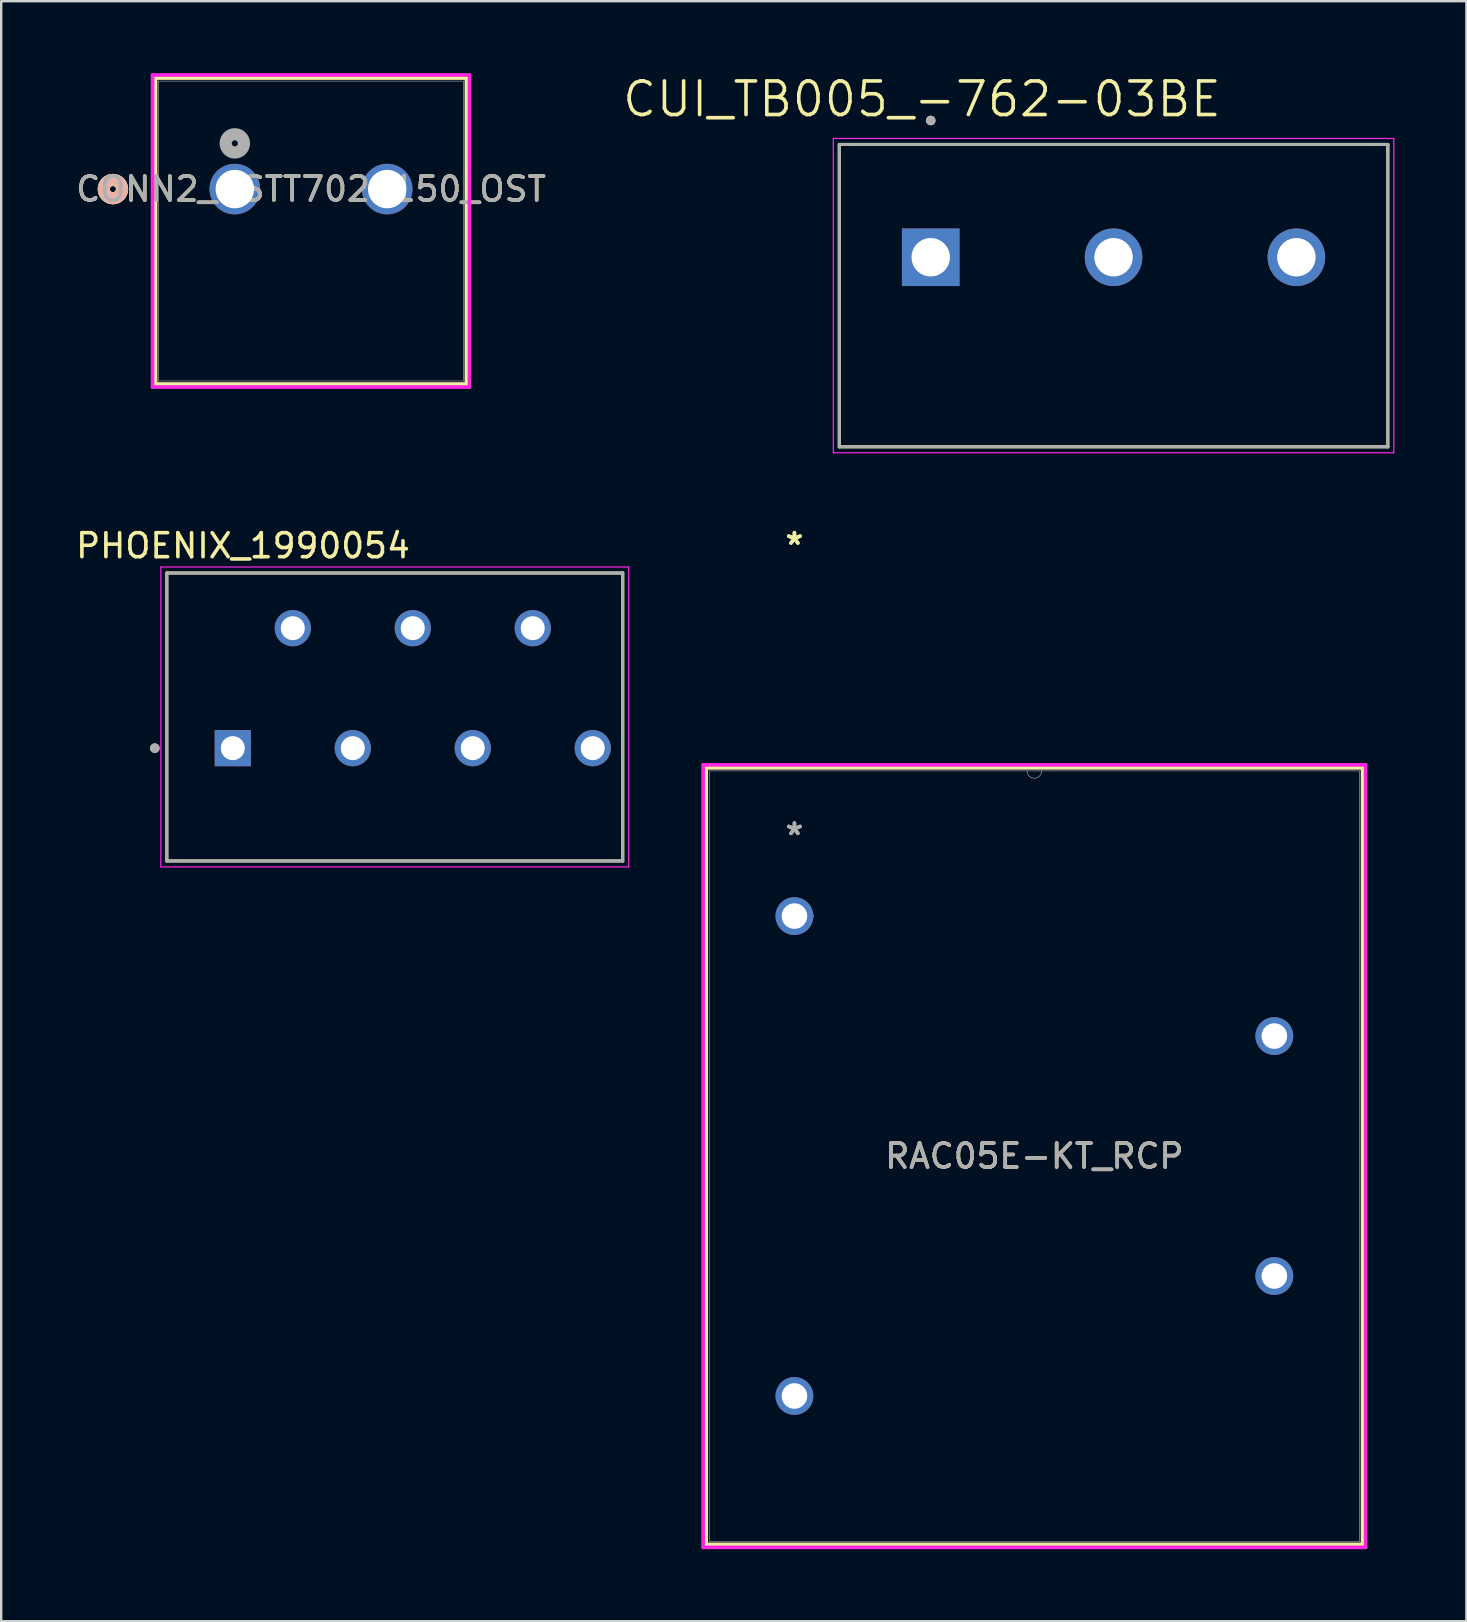
<source format=kicad_pcb>
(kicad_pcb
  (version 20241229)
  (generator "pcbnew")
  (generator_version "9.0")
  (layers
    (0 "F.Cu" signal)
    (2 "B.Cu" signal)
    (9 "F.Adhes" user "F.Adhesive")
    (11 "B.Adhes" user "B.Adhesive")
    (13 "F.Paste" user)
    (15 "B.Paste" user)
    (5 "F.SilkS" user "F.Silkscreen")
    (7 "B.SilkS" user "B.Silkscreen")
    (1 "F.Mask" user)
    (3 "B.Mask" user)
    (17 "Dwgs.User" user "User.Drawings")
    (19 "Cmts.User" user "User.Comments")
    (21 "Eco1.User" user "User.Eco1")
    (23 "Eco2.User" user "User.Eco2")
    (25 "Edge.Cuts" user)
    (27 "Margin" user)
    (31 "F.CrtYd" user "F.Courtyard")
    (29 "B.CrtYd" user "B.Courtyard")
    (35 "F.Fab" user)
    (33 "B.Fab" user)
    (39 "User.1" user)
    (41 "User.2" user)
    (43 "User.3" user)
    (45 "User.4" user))
  (footprint "PHOENIX_1990054"
    (layer "F.Cu")
    (at 3.902 32.83)
    (property "Reference" "PHOENIX_1990054" (at 3.175 -13.135 0) (layer "F.SilkS") (effects (font (size 1 1) (thickness 0.15))))
    (attr through_hole)
    (fp_line (start 0 -12) (end 0 0) (stroke (width 0.127) (type solid)) (layer "F.SilkS"))
    (fp_line (start 0 0) (end 19 0) (stroke (width 0.127) (type solid)) (layer "F.SilkS"))
    (fp_line (start 19 -12) (end 0 -12) (stroke (width 0.127) (type solid)) (layer "F.SilkS"))
    (fp_line (start 19 0) (end 19 -12) (stroke (width 0.127) (type solid)) (layer "F.SilkS"))
    (fp_circle (center -0.5 -4.7) (end -0.4 -4.7) (stroke (width 0.2) (type solid)) (fill no) (layer "F.SilkS"))
    (fp_line (start -0.25 -12.25) (end -0.25 0.25) (stroke (width 0.05) (type solid)) (layer "F.CrtYd"))
    (fp_line (start -0.25 0.25) (end 19.25 0.25) (stroke (width 0.05) (type solid)) (layer "F.CrtYd"))
    (fp_line (start 19.25 -12.25) (end -0.25 -12.25) (stroke (width 0.05) (type solid)) (layer "F.CrtYd"))
    (fp_line (start 19.25 0.25) (end 19.25 -12.25) (stroke (width 0.05) (type solid)) (layer "F.CrtYd"))
    (fp_line (start 0 -12) (end 0 0) (stroke (width 0.127) (type solid)) (layer "F.Fab"))
    (fp_line (start 0 0) (end 19 0) (stroke (width 0.127) (type solid)) (layer "F.Fab"))
    (fp_line (start 19 -12) (end 0 -12) (stroke (width 0.127) (type solid)) (layer "F.Fab"))
    (fp_line (start 19 0) (end 19 -12) (stroke (width 0.127) (type solid)) (layer "F.Fab"))
    (fp_circle (center -0.5 -4.7) (end -0.4 -4.7) (stroke (width 0.2) (type solid)) (fill no) (layer "F.Fab"))
    (pad "1" thru_hole rect (at 2.75 -4.7) (size 1.508 1.508) (drill 1) (layers "*.Cu" "*.Mask"))
    (pad "2" thru_hole circle (at 5.25 -9.7) (size 1.508 1.508) (drill 1) (layers "*.Cu" "*.Mask"))
    (pad "3" thru_hole circle (at 7.75 -4.7) (size 1.508 1.508) (drill 1) (layers "*.Cu" "*.Mask"))
    (pad "4" thru_hole circle (at 10.25 -9.7) (size 1.508 1.508) (drill 1) (layers "*.Cu" "*.Mask"))
    (pad "5" thru_hole circle (at 12.75 -4.7) (size 1.508 1.508) (drill 1) (layers "*.Cu" "*.Mask"))
    (pad "6" thru_hole circle (at 15.25 -9.7) (size 1.508 1.508) (drill 1) (layers "*.Cu" "*.Mask"))
    (pad "7" thru_hole circle (at 17.75 -4.7) (size 1.508 1.508) (drill 1) (layers "*.Cu" "*.Mask")))
  (footprint "CUI_TB005_-762-03BE"
    (layer "F.Cu")
    (at 35.738 7.671)
    (property "Reference" "CUI_TB005_-762-03BE" (at -0.365 -6.589 0) (layer "F.SilkS") (effects (font (size 1.4 1.4) (thickness 0.15))))
    (attr through_hole)
    (fp_line (start -3.81 -4.7) (end 19.05 -4.7) (stroke (width 0.127) (type solid)) (layer "F.SilkS"))
    (fp_line (start -3.81 7.9) (end -3.81 -4.7) (stroke (width 0.127) (type solid)) (layer "F.SilkS"))
    (fp_line (start 19.05 -4.7) (end 19.05 7.9) (stroke (width 0.127) (type solid)) (layer "F.SilkS"))
    (fp_line (start 19.05 7.9) (end -3.81 7.9) (stroke (width 0.127) (type solid)) (layer "F.SilkS"))
    (fp_circle (center 0 -5.7) (end 0.1 -5.7) (stroke (width 0.2) (type solid)) (fill no) (layer "F.SilkS"))
    (fp_line (start -4.06 -4.95) (end 19.3 -4.95) (stroke (width 0.05) (type solid)) (layer "F.CrtYd"))
    (fp_line (start -4.06 8.15) (end -4.06 -4.95) (stroke (width 0.05) (type solid)) (layer "F.CrtYd"))
    (fp_line (start 19.3 -4.95) (end 19.3 8.15) (stroke (width 0.05) (type solid)) (layer "F.CrtYd"))
    (fp_line (start 19.3 8.15) (end -4.06 8.15) (stroke (width 0.05) (type solid)) (layer "F.CrtYd"))
    (fp_line (start -3.81 -4.7) (end 19.05 -4.7) (stroke (width 0.127) (type solid)) (layer "F.Fab"))
    (fp_line (start -3.81 7.9) (end -3.81 -4.7) (stroke (width 0.127) (type solid)) (layer "F.Fab"))
    (fp_line (start 19.05 -4.7) (end 19.05 7.9) (stroke (width 0.127) (type solid)) (layer "F.Fab"))
    (fp_line (start 19.05 7.9) (end -3.81 7.9) (stroke (width 0.127) (type solid)) (layer "F.Fab"))
    (fp_circle (center 0 -5.7) (end 0.1 -5.7) (stroke (width 0.2) (type solid)) (fill no) (layer "F.Fab"))
    (pad "1" thru_hole rect (at 0 0) (size 2.4 2.4) (drill 1.6) (layers "*.Cu" "*.Mask"))
    (pad "2" thru_hole circle (at 7.62 0) (size 2.4 2.4) (drill 1.6) (layers "*.Cu" "*.Mask"))
    (pad "3" thru_hole circle (at 15.24 0) (size 2.4 2.4) (drill 1.6) (layers "*.Cu" "*.Mask")))
  (footprint "CONN2_OSTT7020150_OST"
    (layer "F.Cu")
    (at 6.736 4.83)
    (property "Reference" "CONN2_OSTT7020150_OST" (at 3.175 0 0) (unlocked yes) (layer "F.SilkS") (effects (font (size 1 1) (thickness 0.15))))
    (attr through_hole)
    (fp_line (start -3.302 -4.627) (end -3.302 8.124) (stroke (width 0.152) (type solid)) (layer "F.SilkS"))
    (fp_line (start -3.302 8.124) (end 9.652 8.124) (stroke (width 0.152) (type solid)) (layer "F.SilkS"))
    (fp_line (start 9.652 -4.627) (end -3.302 -4.627) (stroke (width 0.152) (type solid)) (layer "F.SilkS"))
    (fp_line (start 9.652 8.124) (end 9.652 -4.627) (stroke (width 0.152) (type solid)) (layer "F.SilkS"))
    (fp_circle (center -5.08 0) (end -4.699 0) (stroke (width 0.508) (type solid)) (fill no) (layer "F.SilkS"))
    (fp_circle (center -5.08 0) (end -4.699 0) (stroke (width 0.508) (type solid)) (fill no) (layer "B.SilkS"))
    (fp_line (start -3.429 -4.754) (end -3.429 8.251) (stroke (width 0.152) (type solid)) (layer "F.CrtYd"))
    (fp_line (start -3.429 8.251) (end 9.779 8.251) (stroke (width 0.152) (type solid)) (layer "F.CrtYd"))
    (fp_line (start 9.779 -4.754) (end -3.429 -4.754) (stroke (width 0.152) (type solid)) (layer "F.CrtYd"))
    (fp_line (start 9.779 8.251) (end 9.779 -4.754) (stroke (width 0.152) (type solid)) (layer "F.CrtYd"))
    (fp_line (start -3.175 -4.5) (end -3.175 7.997) (stroke (width 0.025) (type solid)) (layer "F.Fab"))
    (fp_line (start -3.175 7.997) (end 9.525 7.997) (stroke (width 0.025) (type solid)) (layer "F.Fab"))
    (fp_line (start 9.525 -4.5) (end -3.175 -4.5) (stroke (width 0.025) (type solid)) (layer "F.Fab"))
    (fp_line (start 9.525 7.997) (end 9.525 -4.5) (stroke (width 0.025) (type solid)) (layer "F.Fab"))
    (fp_circle (center 0 -1.905) (end 0.381 -1.905) (stroke (width 0.508) (type solid)) (fill no) (layer "F.Fab"))
    (fp_text user "${REFERENCE}" (at 3.175 0 0) (unlocked yes) (layer "F.Fab") (effects (font (size 1 1) (thickness 0.15))))
    (pad "1" thru_hole circle (at 0 0) (size 2.108 2.108) (drill 1.6) (layers "*.Cu" "*.Mask"))
    (pad "2" thru_hole circle (at 6.35 0) (size 2.108 2.108) (drill 1.6) (layers "*.Cu" "*.Mask")))
  (footprint "RAC05E-KT_RCP"
    (layer "F.Cu")
    (at 30.058 35.128)
    (property "Reference" "RAC05E-KT_RCP" (at 10 10.003 0) (unlocked yes) (layer "F.SilkS") (effects (font (size 1 1) (thickness 0.15))))
    (attr through_hole)
    (fp_line (start -3.678 -6.177) (end -3.678 26.183) (stroke (width 0.152) (type solid)) (layer "F.SilkS"))
    (fp_line (start -3.678 26.183) (end 23.678 26.183) (stroke (width 0.152) (type solid)) (layer "F.SilkS"))
    (fp_line (start 23.678 -6.177) (end -3.678 -6.177) (stroke (width 0.152) (type solid)) (layer "F.SilkS"))
    (fp_line (start 23.678 26.183) (end 23.678 -6.177) (stroke (width 0.152) (type solid)) (layer "F.SilkS"))
    (fp_line (start -3.805 -6.304) (end 23.805 -6.304) (stroke (width 0.152) (type solid)) (layer "F.CrtYd"))
    (fp_line (start -3.805 26.31) (end -3.805 -6.304) (stroke (width 0.152) (type solid)) (layer "F.CrtYd"))
    (fp_line (start 23.805 -6.304) (end 23.805 26.31) (stroke (width 0.152) (type solid)) (layer "F.CrtYd"))
    (fp_line (start 23.805 26.31) (end -3.805 26.31) (stroke (width 0.152) (type solid)) (layer "F.CrtYd"))
    (fp_line (start -3.551 -6.05) (end -3.551 26.056) (stroke (width 0.025) (type solid)) (layer "F.Fab"))
    (fp_line (start -3.551 26.056) (end 23.551 26.056) (stroke (width 0.025) (type solid)) (layer "F.Fab"))
    (fp_line (start 23.551 -6.05) (end -3.551 -6.05) (stroke (width 0.025) (type solid)) (layer "F.Fab"))
    (fp_line (start 23.551 26.056) (end 23.551 -6.05) (stroke (width 0.025) (type solid)) (layer "F.Fab"))
    (fp_arc (start 10.3048 -6.05) (mid 10 -5.7452) (end 9.6952 -6.05) (stroke (width 0.0254) (type solid)) (layer "F.Fab"))
    (fp_circle (center 0.787 0) (end 0.787 0) (stroke (width 0.025) (type solid)) (fill no) (layer "F.Fab"))
    (fp_text user "*" (at 0 -15.433 0) (unlocked yes) (layer "F.SilkS") (effects (font (size 1 1) (thickness 0.15))))
    (fp_text user "*" (at 0 -15.433 0) (layer "F.SilkS") (effects (font (size 1 1) (thickness 0.15))))
    (fp_text user "${REFERENCE}" (at 10 10.003 0) (unlocked yes) (layer "F.Fab") (effects (font (size 1 1) (thickness 0.15))))
    (fp_text user "*" (at 0 -3.333 0) (layer "F.Fab") (effects (font (size 1 1) (thickness 0.15))))
    (fp_text user "*" (at 0 -3.333 0) (unlocked yes) (layer "F.Fab") (effects (font (size 1 1) (thickness 0.15))))
    (pad "1" thru_hole circle (at 0 0) (size 1.575 1.575) (drill 1.067) (layers "*.Cu" "*.Mask"))
    (pad "5" thru_hole circle (at 0 20) (size 1.575 1.575) (drill 1.067) (layers "*.Cu" "*.Mask"))
    (pad "7" thru_hole circle (at 20 15) (size 1.575 1.575) (drill 1.067) (layers "*.Cu" "*.Mask"))
    (pad "9" thru_hole circle (at 20 5) (size 1.575 1.575) (drill 1.067) (layers "*.Cu" "*.Mask")))
  (gr_rect
    (start -3 -3)
    (end 58.063 64.514)
    (stroke (width 0.1) (type default))
    (fill no)
    (layer "Edge.Cuts")))
</source>
